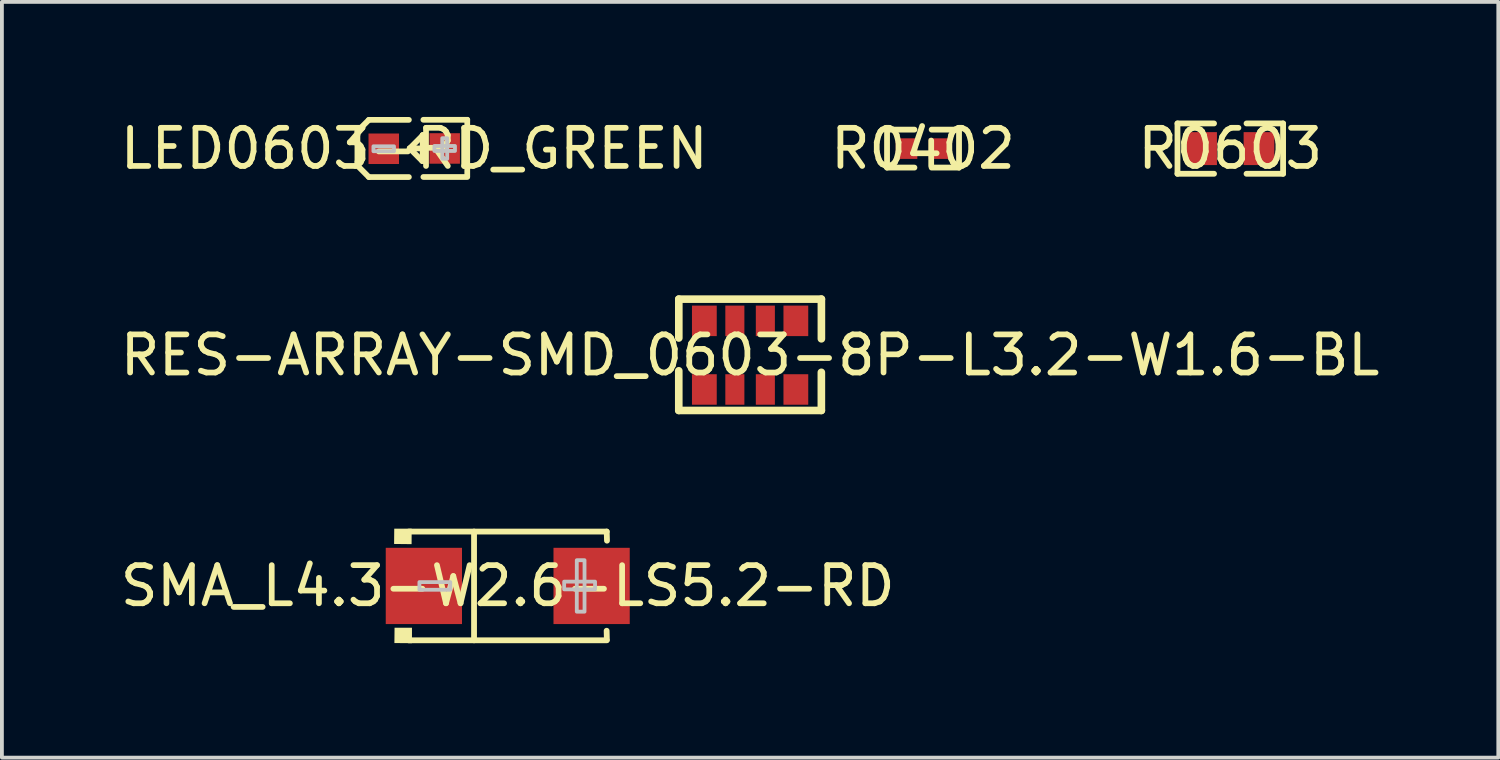
<source format=kicad_pcb>
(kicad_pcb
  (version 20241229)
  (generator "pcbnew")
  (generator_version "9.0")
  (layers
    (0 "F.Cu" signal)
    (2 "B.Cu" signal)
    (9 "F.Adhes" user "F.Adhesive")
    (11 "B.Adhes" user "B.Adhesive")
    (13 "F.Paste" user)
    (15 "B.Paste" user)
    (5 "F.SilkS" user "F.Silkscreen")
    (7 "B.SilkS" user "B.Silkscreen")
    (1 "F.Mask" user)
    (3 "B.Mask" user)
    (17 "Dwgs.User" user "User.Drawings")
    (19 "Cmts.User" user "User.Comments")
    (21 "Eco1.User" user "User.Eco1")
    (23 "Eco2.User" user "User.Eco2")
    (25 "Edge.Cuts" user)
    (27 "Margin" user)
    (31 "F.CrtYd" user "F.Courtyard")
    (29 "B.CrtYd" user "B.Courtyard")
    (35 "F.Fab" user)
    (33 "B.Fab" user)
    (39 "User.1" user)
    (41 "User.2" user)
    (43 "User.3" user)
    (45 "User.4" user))
  (footprint "LED0603-RD_GREEN"
    (layer "F.Cu")
    (at 7.815 0.848)
    (property "Reference" "LED0603-RD_GREEN" (at 0 0 0) (unlocked yes) (layer "F.SilkS") (effects (font (size 1 1) (thickness 0.15))))
    (fp_line (start -1.49 -0.455) (end -1.19 -0.754) (stroke (width 0.15) (type default)) (layer "F.SilkS"))
    (fp_line (start -1.49 -0.354) (end -1.49 -0.455) (stroke (width 0.15) (type default)) (layer "F.SilkS"))
    (fp_line (start -1.49 -0.354) (end -1.49 0.345) (stroke (width 0.15) (type default)) (layer "F.SilkS"))
    (fp_line (start -1.49 0.345) (end -1.49 0.446) (stroke (width 0.15) (type default)) (layer "F.SilkS"))
    (fp_line (start -1.49 0.446) (end -1.19 0.746) (stroke (width 0.15) (type default)) (layer "F.SilkS"))
    (fp_line (start -0.14 -0.754) (end -1.19 -0.754) (stroke (width 0.15) (type default)) (layer "F.SilkS"))
    (fp_line (start -0.14 0.746) (end -1.19 0.746) (stroke (width 0.15) (type default)) (layer "F.SilkS"))
    (fp_line (start 0.21 0.324) (end -0.119 -0.006) (stroke (width 0.15) (type default)) (layer "F.SilkS"))
    (fp_line (start 0.221 -0.356) (end 0.221 -0.346) (stroke (width 0.15) (type default)) (layer "F.SilkS"))
    (fp_line (start 0.221 -0.356) (end 0.221 0.324) (stroke (width 0.15) (type default)) (layer "F.SilkS"))
    (fp_line (start 0.221 -0.346) (end -0.119 -0.006) (stroke (width 0.15) (type default)) (layer "F.SilkS"))
    (fp_line (start 0.221 -0.006) (end -0.119 -0.006) (stroke (width 0.15) (type default)) (layer "F.SilkS"))
    (fp_line (start 0.221 0.324) (end 0.21 0.324) (stroke (width 0.15) (type default)) (layer "F.SilkS"))
    (fp_line (start 0.24 -0.756) (end 1.391 -0.756) (stroke (width 0.15) (type default)) (layer "F.SilkS"))
    (fp_line (start 0.24 0.744) (end 1.391 0.744) (stroke (width 0.15) (type default)) (layer "F.SilkS"))
    (fp_line (start 1.391 -0.756) (end 1.391 0.724) (stroke (width 0.15) (type default)) (layer "F.SilkS"))
    (fp_poly (pts (xy -1.07 -0.061) (xy -0.53 -0.061) (xy -0.53 0.069) (xy -1.07 0.069)) (stroke (width 0.1) (type default)) (fill no) (layer "Dwgs.User"))
    (fp_poly (pts (xy 0.529 -0.069) (xy 1.069 -0.069) (xy 1.069 0.061) (xy 0.529 0.061)) (stroke (width 0.1) (type default)) (fill no) (layer "Dwgs.User"))
    (fp_poly (pts (xy 0.735 0.267) (xy 0.735 -0.273) (xy 0.865 -0.273) (xy 0.865 0.267)) (stroke (width 0.1) (type default)) (fill no) (layer "Dwgs.User"))
    (fp_poly (pts (xy -0.799 0.404) (xy -0.799 -0.397) (xy -0.499 -0.397) (xy -0.499 0.404)) (stroke (width 0.1) (type default)) (fill no) (layer "User.1"))
    (fp_poly (pts (xy 0.5 0.397) (xy 0.5 -0.404) (xy 0.8 -0.404) (xy 0.8 0.397)) (stroke (width 0.1) (type default)) (fill no) (layer "User.1"))
    (fp_line (start -0.799 -0.4) (end 0.8 -0.4) (stroke (width 0.051) (type default)) (layer "User.2"))
    (fp_line (start -0.799 0.4) (end -0.799 -0.4) (stroke (width 0.051) (type default)) (layer "User.2"))
    (fp_line (start 0.8 -0.4) (end 0.8 0.4) (stroke (width 0.051) (type default)) (layer "User.2"))
    (fp_line (start 0.8 0.4) (end -0.799 0.4) (stroke (width 0.051) (type default)) (layer "User.2"))
    (fp_poly (pts (xy -0.74 0.404) (xy -0.757 0.361) (xy -0.799 0.344) (xy -0.842 0.361) (xy -0.86 0.404) (xy -0.842 0.446) (xy -0.799 0.464) (xy -0.757 0.446)) (stroke (width 0.1) (type default)) (fill no) (layer "User.3"))
    (pad "1" smd rect (at -0.799 0.004 90) (size 0.8 0.8) (layers "F.Cu" "F.Mask" "F.Paste"))
    (pad "2" smd rect (at 0.799 -0.004 90) (size 0.8 0.8) (layers "F.Cu" "F.Mask" "F.Paste")))
  (footprint "R0603"
    (layer "F.Cu")
    (at 29.22 0.848)
    (property "Reference" "R0603" (at 0 0 0) (unlocked yes) (layer "F.SilkS") (effects (font (size 1 1) (thickness 0.15))))
    (fp_line (start -1.385 -0.66) (end -0.426 -0.66) (stroke (width 0.152) (type default)) (layer "F.SilkS"))
    (fp_line (start -1.385 0.66) (end -1.385 -0.66) (stroke (width 0.152) (type default)) (layer "F.SilkS"))
    (fp_line (start -0.426 0.66) (end -1.385 0.66) (stroke (width 0.152) (type default)) (layer "F.SilkS"))
    (fp_line (start 0.426 0.66) (end 1.385 0.66) (stroke (width 0.152) (type default)) (layer "F.SilkS"))
    (fp_line (start 1.385 -0.66) (end 0.426 -0.66) (stroke (width 0.152) (type default)) (layer "F.SilkS"))
    (fp_line (start 1.385 0.66) (end 1.385 -0.66) (stroke (width 0.152) (type default)) (layer "F.SilkS"))
    (fp_poly (pts (xy -0.355 -0.4) (xy -0.355 -0.172) (xy -0.735 -0.172) (xy -0.735 0.158) (xy -0.355 0.158) (xy -0.355 0.4) (xy -0.405 0.45) (xy -1.195 0.45) (xy -1.245 0.4) (xy -1.245 -0.4) (xy -1.195 -0.45) (xy -0.405 -0.45)) (stroke (width 0) (type default)) (fill yes) (layer "F.Paste"))
    (fp_poly (pts (xy 1.195 -0.45) (xy 0.395 -0.45) (xy 0.345 -0.4) (xy 0.345 -0.172) (xy 0.715 -0.172) (xy 0.715 0.158) (xy 0.345 0.158) (xy 0.345 0.4) (xy 0.395 0.45) (xy 1.195 0.45) (xy 1.245 0.4) (xy 1.245 -0.4)) (stroke (width 0) (type default)) (fill yes) (layer "F.Paste"))
    (fp_poly (pts (xy -0.8 0.4) (xy -0.8 -0.4) (xy -0.5 -0.4) (xy -0.5 0.4)) (stroke (width 0.1) (type default)) (fill no) (layer "User.1"))
    (fp_poly (pts (xy 0.8 0.4) (xy 0.8 -0.4) (xy 0.5 -0.4) (xy 0.5 0.4)) (stroke (width 0.1) (type default)) (fill no) (layer "User.1"))
    (fp_line (start -0.8 -0.4) (end 0.8 -0.4) (stroke (width 0.051) (type default)) (layer "User.2"))
    (fp_line (start -0.8 0.4) (end -0.8 -0.4) (stroke (width 0.051) (type default)) (layer "User.2"))
    (fp_line (start 0.8 -0.4) (end 0.8 0.4) (stroke (width 0.051) (type default)) (layer "User.2"))
    (fp_line (start 0.8 0.4) (end -0.8 0.4) (stroke (width 0.051) (type default)) (layer "User.2"))
    (fp_poly (pts (xy -0.74 0.4) (xy -0.758 0.358) (xy -0.8 0.34) (xy -0.842 0.358) (xy -0.86 0.4) (xy -0.842 0.442) (xy -0.8 0.46) (xy -0.758 0.442)) (stroke (width 0.1) (type default)) (fill no) (layer "User.3"))
    (pad "1" smd rect (at -0.753 0) (size 0.806 0.864) (layers "F.Cu" "F.Mask" "F.Paste"))
    (pad "2" smd rect (at 0.753 0) (size 0.806 0.864) (layers "F.Cu" "F.Mask" "F.Paste")))
  (footprint "R0402"
    (layer "F.Cu")
    (at 21.161 0.848)
    (property "Reference" "R0402" (at 0 0 0) (unlocked yes) (layer "F.SilkS") (effects (font (size 1 1) (thickness 0.15))))
    (fp_line (start -0.944 -0.498) (end -0.226 -0.498) (stroke (width 0.152) (type default)) (layer "F.SilkS"))
    (fp_line (start -0.944 0.498) (end -0.944 -0.498) (stroke (width 0.152) (type default)) (layer "F.SilkS"))
    (fp_line (start -0.226 0.498) (end -0.944 0.498) (stroke (width 0.152) (type default)) (layer "F.SilkS"))
    (fp_line (start 0.226 0.498) (end 0.944 0.498) (stroke (width 0.152) (type default)) (layer "F.SilkS"))
    (fp_line (start 0.944 -0.498) (end 0.226 -0.498) (stroke (width 0.152) (type default)) (layer "F.SilkS"))
    (fp_line (start 0.944 0.498) (end 0.944 -0.498) (stroke (width 0.152) (type default)) (layer "F.SilkS"))
    (fp_poly (pts (xy -0.135 0.23) (xy -0.135 -0.23) (xy -0.175 -0.27) (xy -0.675 -0.27) (xy -0.716 -0.23) (xy -0.716 0.23) (xy -0.675 0.27) (xy -0.175 0.27)) (stroke (width 0) (type default)) (fill yes) (layer "F.Paste"))
    (fp_poly (pts (xy 0.135 0.23) (xy 0.135 -0.23) (xy 0.175 -0.27) (xy 0.675 -0.27) (xy 0.716 -0.23) (xy 0.716 0.23) (xy 0.675 0.27) (xy 0.175 0.27)) (stroke (width 0) (type default)) (fill yes) (layer "F.Paste"))
    (fp_poly (pts (xy -0.249 -0.25) (xy -0.249 0.25) (xy -0.499 0.25) (xy -0.499 -0.25)) (stroke (width 0.1) (type default)) (fill no) (layer "User.1"))
    (fp_poly (pts (xy 0.252 0.25) (xy 0.252 -0.25) (xy 0.501 -0.25) (xy 0.501 0.25)) (stroke (width 0.1) (type default)) (fill no) (layer "User.1"))
    (fp_line (start -0.5 -0.25) (end 0.5 -0.25) (stroke (width 0.051) (type default)) (layer "User.2"))
    (fp_line (start -0.5 0.25) (end -0.5 -0.25) (stroke (width 0.051) (type default)) (layer "User.2"))
    (fp_line (start 0.5 -0.25) (end 0.5 0.25) (stroke (width 0.051) (type default)) (layer "User.2"))
    (fp_line (start 0.5 0.25) (end -0.5 0.25) (stroke (width 0.051) (type default)) (layer "User.2"))
    (fp_poly (pts (xy -0.44 0.25) (xy -0.458 0.208) (xy -0.5 0.19) (xy -0.542 0.208) (xy -0.56 0.25) (xy -0.542 0.292) (xy -0.5 0.31) (xy -0.458 0.292)) (stroke (width 0.1) (type default)) (fill no) (layer "User.3"))
    (pad "1" smd rect (at -0.433 0) (size 0.566 0.54) (layers "F.Cu" "F.Mask" "F.Paste"))
    (pad "2" smd rect (at 0.433 0) (size 0.566 0.54) (layers "F.Cu" "F.Mask" "F.Paste")))
  (footprint "SMA_L4.3-W2.6-LS5.2-RD"
    (layer "F.Cu")
    (at 10.268 12.319)
    (property "Reference" "SMA_L4.3-W2.6-LS5.2-RD" (at 0 0 0) (unlocked yes) (layer "F.SilkS") (effects (font (size 1 1) (thickness 0.15))))
    (fp_line (start -2.596 -1.426) (end 2.596 -1.426) (stroke (width 0.152) (type default)) (layer "F.SilkS"))
    (fp_line (start -2.596 1.426) (end 2.596 1.426) (stroke (width 0.152) (type default)) (layer "F.SilkS"))
    (fp_line (start -0.884 -1.426) (end -0.884 1.426) (stroke (width 0.152) (type default)) (layer "F.SilkS"))
    (fp_line (start 2.594 1.175) (end 2.6 1.415) (stroke (width 0.152) (type default)) (layer "F.SilkS"))
    (fp_line (start 2.596 -1.426) (end 2.603 -1.187) (stroke (width 0.152) (type default)) (layer "F.SilkS"))
    (fp_poly (pts (xy -2.52 -1.502) (xy -2.522 -1.096) (xy -2.981 -1.101) (xy -2.977 -1.502)) (stroke (width 0) (type default)) (fill yes) (layer "F.SilkS"))
    (fp_poly (pts (xy -2.512 1.096) (xy -2.513 1.502) (xy -2.973 1.498) (xy -2.969 1.096)) (stroke (width 0) (type default)) (fill yes) (layer "F.SilkS"))
    (fp_poly (pts (xy -2.317 0.101) (xy -2.317 -0.101) (xy -1.508 -0.101) (xy -1.508 0.101)) (stroke (width 0.1) (type default)) (fill no) (layer "Dwgs.User"))
    (fp_poly (pts (xy 2.014 0.675) (xy 2.014 -0.675) (xy 1.811 -0.675) (xy 1.811 0.675)) (stroke (width 0.1) (type default)) (fill no) (layer "Dwgs.User"))
    (fp_poly (pts (xy 2.29 0.09) (xy 2.29 -0.113) (xy 1.48 -0.113) (xy 1.48 0.09)) (stroke (width 0.1) (type default)) (fill no) (layer "Dwgs.User"))
    (fp_poly (pts (xy -1.48 -0.725) (xy -1.48 0.725) (xy -2.605 0.725) (xy -2.605 -0.725)) (stroke (width 0.1) (type default)) (fill no) (layer "User.1"))
    (fp_poly (pts (xy 2.605 -0.725) (xy 2.605 0.725) (xy 1.48 0.725) (xy 1.48 -0.725)) (stroke (width 0.1) (type default)) (fill no) (layer "User.1"))
    (fp_line (start -2.16 -1.3) (end 2.16 -1.3) (stroke (width 0.051) (type default)) (layer "User.2"))
    (fp_line (start -2.16 1.3) (end -2.16 -1.3) (stroke (width 0.051) (type default)) (layer "User.2"))
    (fp_line (start 2.16 -1.3) (end 2.16 1.3) (stroke (width 0.051) (type default)) (layer "User.2"))
    (fp_line (start 2.16 1.3) (end -2.16 1.3) (stroke (width 0.051) (type default)) (layer "User.2"))
    (fp_poly (pts (xy -2.545 1.3) (xy -2.563 1.258) (xy -2.605 1.24) (xy -2.647 1.258) (xy -2.665 1.3) (xy -2.647 1.342) (xy -2.605 1.36) (xy -2.563 1.342)) (stroke (width 0.1) (type default)) (fill no) (layer "User.3"))
    (pad "1" smd rect (at -2.2 0 180) (size 2 2) (layers "F.Cu" "F.Mask" "F.Paste"))
    (pad "2" smd rect (at 2.2 0 180) (size 2 2) (layers "F.Cu" "F.Mask" "F.Paste")))
  (footprint "RES-ARRAY-SMD_0603-8P-L3.2-W1.6-BL"
    (layer "F.Cu")
    (at 16.625 6.266)
    (property "Reference" "RES-ARRAY-SMD_0603-8P-L3.2-W1.6-BL" (at 0 0 0) (unlocked yes) (layer "F.SilkS") (effects (font (size 1 1) (thickness 0.15))))
    (fp_line (start -1.871 1.45) (end -1.871 0.41) (stroke (width 0.2) (type default)) (layer "F.SilkS"))
    (fp_line (start -1.87 -1.47) (end 1.87 -1.47) (stroke (width 0.2) (type default)) (layer "F.SilkS"))
    (fp_line (start -1.87 -0.45) (end -1.87 -1.47) (stroke (width 0.2) (type default)) (layer "F.SilkS"))
    (fp_line (start 1.869 0.45) (end 1.869 1.45) (stroke (width 0.2) (type default)) (layer "F.SilkS"))
    (fp_line (start 1.869 1.45) (end -1.871 1.45) (stroke (width 0.2) (type default)) (layer "F.SilkS"))
    (fp_line (start 1.87 -1.47) (end 1.87 -0.429) (stroke (width 0.2) (type default)) (layer "F.SilkS"))
    (fp_poly (pts (xy -1.45 -0.5) (xy -1.45 -0.8) (xy -0.95 -0.8) (xy -0.95 -0.5)) (stroke (width 0.1) (type default)) (fill no) (layer "User.1"))
    (fp_poly (pts (xy -1.45 0.8) (xy -1.45 0.5) (xy -0.95 0.5) (xy -0.95 0.8)) (stroke (width 0.1) (type default)) (fill no) (layer "User.1"))
    (fp_poly (pts (xy -0.65 -0.5) (xy -0.65 -0.8) (xy -0.15 -0.8) (xy -0.15 -0.5)) (stroke (width 0.1) (type default)) (fill no) (layer "User.1"))
    (fp_poly (pts (xy -0.65 0.8) (xy -0.65 0.5) (xy -0.15 0.5) (xy -0.15 0.8)) (stroke (width 0.1) (type default)) (fill no) (layer "User.1"))
    (fp_poly (pts (xy 0.15 -0.5) (xy 0.15 -0.8) (xy 0.65 -0.8) (xy 0.65 -0.5)) (stroke (width 0.1) (type default)) (fill no) (layer "User.1"))
    (fp_poly (pts (xy 0.15 0.8) (xy 0.15 0.5) (xy 0.65 0.5) (xy 0.65 0.8)) (stroke (width 0.1) (type default)) (fill no) (layer "User.1"))
    (fp_poly (pts (xy 0.95 -0.5) (xy 0.95 -0.8) (xy 1.45 -0.8) (xy 1.45 -0.5)) (stroke (width 0.1) (type default)) (fill no) (layer "User.1"))
    (fp_poly (pts (xy 0.95 0.8) (xy 0.95 0.5) (xy 1.45 0.5) (xy 1.45 0.8)) (stroke (width 0.1) (type default)) (fill no) (layer "User.1"))
    (fp_line (start -1.6 -0.8) (end 1.6 -0.8) (stroke (width 0.051) (type default)) (layer "User.2"))
    (fp_line (start -1.6 0.8) (end -1.6 -0.8) (stroke (width 0.051) (type default)) (layer "User.2"))
    (fp_line (start 1.6 -0.8) (end 1.6 0.8) (stroke (width 0.051) (type default)) (layer "User.2"))
    (fp_line (start 1.6 0.8) (end -1.6 0.8) (stroke (width 0.051) (type default)) (layer "User.2"))
    (fp_poly (pts (xy -1.54 0.8) (xy -1.558 0.758) (xy -1.6 0.74) (xy -1.642 0.758) (xy -1.66 0.8) (xy -1.642 0.842) (xy -1.6 0.86) (xy -1.558 0.842)) (stroke (width 0.1) (type default)) (fill no) (layer "User.3"))
    (pad "1" smd rect (at -1.2 0.9) (size 0.65 0.8) (layers "F.Cu" "F.Mask" "F.Paste"))
    (pad "2" smd rect (at -0.4 0.9) (size 0.5 0.8) (layers "F.Cu" "F.Mask" "F.Paste"))
    (pad "3" smd rect (at 0.4 0.9) (size 0.5 0.8) (layers "F.Cu" "F.Mask" "F.Paste"))
    (pad "4" smd rect (at 1.2 0.9) (size 0.65 0.8) (layers "F.Cu" "F.Mask" "F.Paste"))
    (pad "5" smd rect (at 1.2 -0.9) (size 0.65 0.8) (layers "F.Cu" "F.Mask" "F.Paste"))
    (pad "6" smd rect (at 0.4 -0.9) (size 0.5 0.8) (layers "F.Cu" "F.Mask" "F.Paste"))
    (pad "7" smd rect (at -0.4 -0.9) (size 0.5 0.8) (layers "F.Cu" "F.Mask" "F.Paste"))
    (pad "8" smd rect (at -1.2 -0.9) (size 0.65 0.8) (layers "F.Cu" "F.Mask" "F.Paste")))
  (gr_rect
    (start -3 -3)
    (end 36.25 16.822)
    (stroke (width 0.1) (type default))
    (fill no)
    (layer "Edge.Cuts")))
</source>
